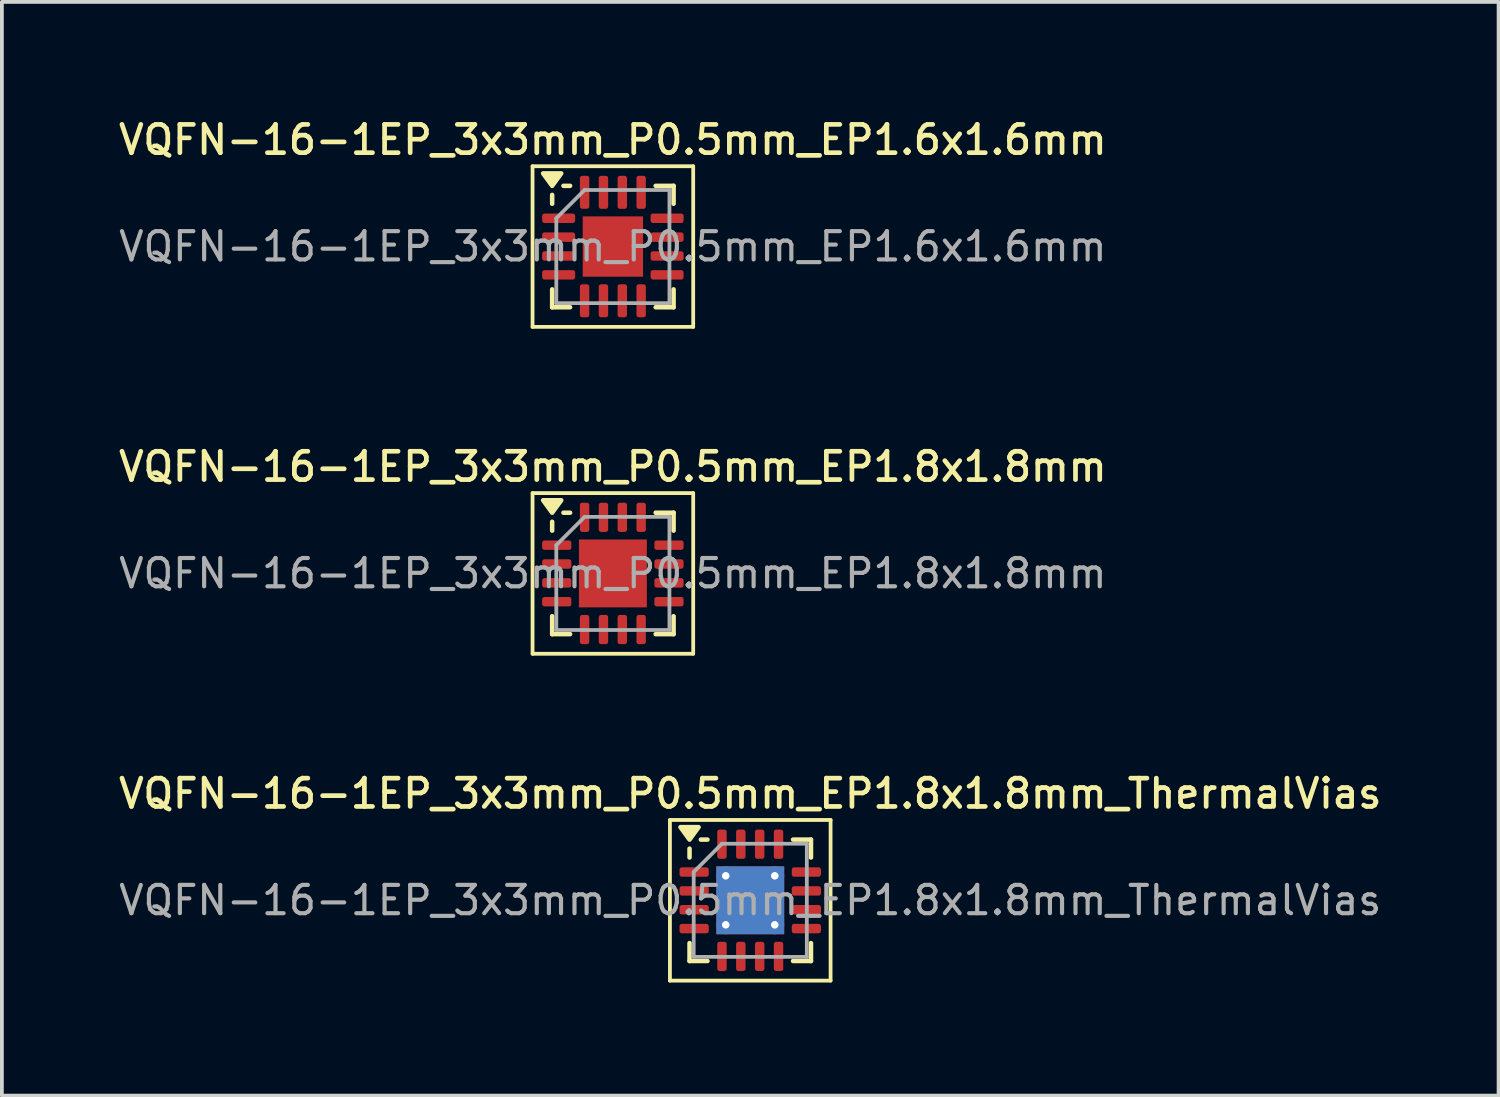
<source format=kicad_pcb>
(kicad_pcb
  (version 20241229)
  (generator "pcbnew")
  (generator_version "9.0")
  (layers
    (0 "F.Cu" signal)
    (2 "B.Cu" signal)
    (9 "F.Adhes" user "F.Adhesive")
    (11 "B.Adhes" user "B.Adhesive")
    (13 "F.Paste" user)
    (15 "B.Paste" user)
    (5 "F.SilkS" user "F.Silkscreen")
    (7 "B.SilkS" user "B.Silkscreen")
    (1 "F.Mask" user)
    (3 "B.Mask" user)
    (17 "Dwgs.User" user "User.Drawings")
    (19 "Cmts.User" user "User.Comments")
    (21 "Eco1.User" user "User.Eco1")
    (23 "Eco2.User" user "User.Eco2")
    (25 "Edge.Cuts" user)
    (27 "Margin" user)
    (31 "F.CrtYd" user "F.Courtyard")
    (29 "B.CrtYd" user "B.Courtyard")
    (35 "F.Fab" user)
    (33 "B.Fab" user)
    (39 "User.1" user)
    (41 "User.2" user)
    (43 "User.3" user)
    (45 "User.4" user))
  (footprint "VQFN-16-1EP_3x3mm_P0.5mm_EP1.8x1.8mm_ThermalVias"
    (layer "F.Cu")
    (at 16.845 20.824)
    (property "Reference" "VQFN-16-1EP_3x3mm_P0.5mm_EP1.8x1.8mm_ThermalVias" (at 0 -2.83 0) (layer "F.SilkS") (effects (font (size 0.75 0.75) (thickness 0.125))))
    (attr smd)
    (fp_line (start -2.13 -2.13) (end -2.13 2.13) (stroke (width 0.1) (type solid)) (layer "F.SilkS"))
    (fp_line (start -2.13 2.13) (end 2.13 2.13) (stroke (width 0.1) (type solid)) (layer "F.SilkS"))
    (fp_line (start -1.61 -1.135) (end -1.61 -1.37) (stroke (width 0.12) (type solid)) (layer "F.SilkS"))
    (fp_line (start -1.61 1.61) (end -1.61 1.135) (stroke (width 0.12) (type solid)) (layer "F.SilkS"))
    (fp_line (start -1.135 -1.61) (end -1.31 -1.61) (stroke (width 0.12) (type solid)) (layer "F.SilkS"))
    (fp_line (start -1.135 1.61) (end -1.61 1.61) (stroke (width 0.12) (type solid)) (layer "F.SilkS"))
    (fp_line (start 1.135 -1.61) (end 1.61 -1.61) (stroke (width 0.12) (type solid)) (layer "F.SilkS"))
    (fp_line (start 1.135 1.61) (end 1.61 1.61) (stroke (width 0.12) (type solid)) (layer "F.SilkS"))
    (fp_line (start 1.61 -1.61) (end 1.61 -1.135) (stroke (width 0.12) (type solid)) (layer "F.SilkS"))
    (fp_line (start 1.61 1.61) (end 1.61 1.135) (stroke (width 0.12) (type solid)) (layer "F.SilkS"))
    (fp_line (start 2.13 -2.13) (end -2.13 -2.13) (stroke (width 0.1) (type solid)) (layer "F.SilkS"))
    (fp_line (start 2.13 2.13) (end 2.13 -2.13) (stroke (width 0.1) (type solid)) (layer "F.SilkS"))
    (fp_poly (pts (xy -1.61 -1.61) (xy -1.85 -1.94) (xy -1.37 -1.94) (xy -1.61 -1.61)) (stroke (width 0.12) (type solid)) (fill yes) (layer "F.SilkS"))
    (fp_line (start -1.5 -0.75) (end -0.75 -1.5) (stroke (width 0.1) (type solid)) (layer "F.Fab"))
    (fp_line (start -1.5 1.5) (end -1.5 -0.75) (stroke (width 0.1) (type solid)) (layer "F.Fab"))
    (fp_line (start -0.75 -1.5) (end 1.5 -1.5) (stroke (width 0.1) (type solid)) (layer "F.Fab"))
    (fp_line (start 1.5 -1.5) (end 1.5 1.5) (stroke (width 0.1) (type solid)) (layer "F.Fab"))
    (fp_line (start 1.5 1.5) (end -1.5 1.5) (stroke (width 0.1) (type solid)) (layer "F.Fab"))
    (fp_text user "${REFERENCE}" (at 0 0 0) (layer "F.Fab") (effects (font (size 0.75 0.75) (thickness 0.11))))
    (pad "" smd roundrect (at -0.45 -0.45) (size 0.78 0.78) (layers "F.Paste") (roundrect_rratio 0.25))
    (pad "" smd roundrect (at -0.45 0.45) (size 0.78 0.78) (layers "F.Paste") (roundrect_rratio 0.25))
    (pad "" smd roundrect (at 0.45 -0.45) (size 0.78 0.78) (layers "F.Paste") (roundrect_rratio 0.25))
    (pad "" smd roundrect (at 0.45 0.45) (size 0.78 0.78) (layers "F.Paste") (roundrect_rratio 0.25))
    (pad "1" smd roundrect (at -1.488 -0.75) (size 0.775 0.25) (layers "F.Cu" "F.Mask" "F.Paste") (roundrect_rratio 0.25))
    (pad "2" smd roundrect (at -1.488 -0.25) (size 0.775 0.25) (layers "F.Cu" "F.Mask" "F.Paste") (roundrect_rratio 0.25))
    (pad "3" smd roundrect (at -1.488 0.25) (size 0.775 0.25) (layers "F.Cu" "F.Mask" "F.Paste") (roundrect_rratio 0.25))
    (pad "4" smd roundrect (at -1.488 0.75) (size 0.775 0.25) (layers "F.Cu" "F.Mask" "F.Paste") (roundrect_rratio 0.25))
    (pad "5" smd roundrect (at -0.75 1.488) (size 0.25 0.775) (layers "F.Cu" "F.Mask" "F.Paste") (roundrect_rratio 0.25))
    (pad "6" smd roundrect (at -0.25 1.488) (size 0.25 0.775) (layers "F.Cu" "F.Mask" "F.Paste") (roundrect_rratio 0.25))
    (pad "7" smd roundrect (at 0.25 1.488) (size 0.25 0.775) (layers "F.Cu" "F.Mask" "F.Paste") (roundrect_rratio 0.25))
    (pad "8" smd roundrect (at 0.75 1.488) (size 0.25 0.775) (layers "F.Cu" "F.Mask" "F.Paste") (roundrect_rratio 0.25))
    (pad "9" smd roundrect (at 1.488 0.75) (size 0.775 0.25) (layers "F.Cu" "F.Mask" "F.Paste") (roundrect_rratio 0.25))
    (pad "10" smd roundrect (at 1.488 0.25) (size 0.775 0.25) (layers "F.Cu" "F.Mask" "F.Paste") (roundrect_rratio 0.25))
    (pad "11" smd roundrect (at 1.488 -0.25) (size 0.775 0.25) (layers "F.Cu" "F.Mask" "F.Paste") (roundrect_rratio 0.25))
    (pad "12" smd roundrect (at 1.488 -0.75) (size 0.775 0.25) (layers "F.Cu" "F.Mask" "F.Paste") (roundrect_rratio 0.25))
    (pad "13" smd roundrect (at 0.75 -1.488) (size 0.25 0.775) (layers "F.Cu" "F.Mask" "F.Paste") (roundrect_rratio 0.25))
    (pad "14" smd roundrect (at 0.25 -1.488) (size 0.25 0.775) (layers "F.Cu" "F.Mask" "F.Paste") (roundrect_rratio 0.25))
    (pad "15" smd roundrect (at -0.25 -1.488) (size 0.25 0.775) (layers "F.Cu" "F.Mask" "F.Paste") (roundrect_rratio 0.25))
    (pad "16" smd roundrect (at -0.75 -1.488) (size 0.25 0.775) (layers "F.Cu" "F.Mask" "F.Paste") (roundrect_rratio 0.25))
    (pad "17" thru_hole circle (at -0.65 -0.65) (size 0.5 0.5) (drill 0.2) (property pad_prop_heatsink) (layers "*.Cu"))
    (pad "17" thru_hole circle (at -0.65 0.65) (size 0.5 0.5) (drill 0.2) (property pad_prop_heatsink) (layers "*.Cu"))
    (pad "17" smd rect (at 0 0) (size 1.8 1.8) (property pad_prop_heatsink) (layers "F.Cu" "F.Mask"))
    (pad "17" smd rect (at 0 0) (size 1.8 1.8) (property pad_prop_heatsink) (layers "B.Cu"))
    (pad "17" thru_hole circle (at 0.65 -0.65) (size 0.5 0.5) (drill 0.2) (property pad_prop_heatsink) (layers "*.Cu"))
    (pad "17" thru_hole circle (at 0.65 0.65) (size 0.5 0.5) (drill 0.2) (property pad_prop_heatsink) (layers "*.Cu")))
  (footprint "VQFN-16-1EP_3x3mm_P0.5mm_EP1.8x1.8mm"
    (layer "F.Cu")
    (at 13.202 12.156)
    (property "Reference" "VQFN-16-1EP_3x3mm_P0.5mm_EP1.8x1.8mm" (at 0 -2.83 0) (layer "F.SilkS") (effects (font (size 0.75 0.75) (thickness 0.125))))
    (attr smd)
    (fp_line (start -2.13 -2.13) (end -2.13 2.13) (stroke (width 0.1) (type solid)) (layer "F.SilkS"))
    (fp_line (start -2.13 2.13) (end 2.13 2.13) (stroke (width 0.1) (type solid)) (layer "F.SilkS"))
    (fp_line (start -1.61 -1.135) (end -1.61 -1.37) (stroke (width 0.12) (type solid)) (layer "F.SilkS"))
    (fp_line (start -1.61 1.61) (end -1.61 1.135) (stroke (width 0.12) (type solid)) (layer "F.SilkS"))
    (fp_line (start -1.135 -1.61) (end -1.31 -1.61) (stroke (width 0.12) (type solid)) (layer "F.SilkS"))
    (fp_line (start -1.135 1.61) (end -1.61 1.61) (stroke (width 0.12) (type solid)) (layer "F.SilkS"))
    (fp_line (start 1.135 -1.61) (end 1.61 -1.61) (stroke (width 0.12) (type solid)) (layer "F.SilkS"))
    (fp_line (start 1.135 1.61) (end 1.61 1.61) (stroke (width 0.12) (type solid)) (layer "F.SilkS"))
    (fp_line (start 1.61 -1.61) (end 1.61 -1.135) (stroke (width 0.12) (type solid)) (layer "F.SilkS"))
    (fp_line (start 1.61 1.61) (end 1.61 1.135) (stroke (width 0.12) (type solid)) (layer "F.SilkS"))
    (fp_line (start 2.13 -2.13) (end -2.13 -2.13) (stroke (width 0.1) (type solid)) (layer "F.SilkS"))
    (fp_line (start 2.13 2.13) (end 2.13 -2.13) (stroke (width 0.1) (type solid)) (layer "F.SilkS"))
    (fp_poly (pts (xy -1.61 -1.61) (xy -1.85 -1.94) (xy -1.37 -1.94) (xy -1.61 -1.61)) (stroke (width 0.12) (type solid)) (fill yes) (layer "F.SilkS"))
    (fp_line (start -1.5 -0.75) (end -0.75 -1.5) (stroke (width 0.1) (type solid)) (layer "F.Fab"))
    (fp_line (start -1.5 1.5) (end -1.5 -0.75) (stroke (width 0.1) (type solid)) (layer "F.Fab"))
    (fp_line (start -0.75 -1.5) (end 1.5 -1.5) (stroke (width 0.1) (type solid)) (layer "F.Fab"))
    (fp_line (start 1.5 -1.5) (end 1.5 1.5) (stroke (width 0.1) (type solid)) (layer "F.Fab"))
    (fp_line (start 1.5 1.5) (end -1.5 1.5) (stroke (width 0.1) (type solid)) (layer "F.Fab"))
    (fp_text user "${REFERENCE}" (at 0 0 0) (layer "F.Fab") (effects (font (size 0.75 0.75) (thickness 0.11))))
    (pad "" smd roundrect (at -0.45 -0.45) (size 0.73 0.73) (layers "F.Paste") (roundrect_rratio 0.25))
    (pad "" smd roundrect (at -0.45 0.45) (size 0.73 0.73) (layers "F.Paste") (roundrect_rratio 0.25))
    (pad "" smd roundrect (at 0.45 -0.45) (size 0.73 0.73) (layers "F.Paste") (roundrect_rratio 0.25))
    (pad "" smd roundrect (at 0.45 0.45) (size 0.73 0.73) (layers "F.Paste") (roundrect_rratio 0.25))
    (pad "1" smd roundrect (at -1.488 -0.75) (size 0.775 0.25) (layers "F.Cu" "F.Mask" "F.Paste") (roundrect_rratio 0.25))
    (pad "2" smd roundrect (at -1.488 -0.25) (size 0.775 0.25) (layers "F.Cu" "F.Mask" "F.Paste") (roundrect_rratio 0.25))
    (pad "3" smd roundrect (at -1.488 0.25) (size 0.775 0.25) (layers "F.Cu" "F.Mask" "F.Paste") (roundrect_rratio 0.25))
    (pad "4" smd roundrect (at -1.488 0.75) (size 0.775 0.25) (layers "F.Cu" "F.Mask" "F.Paste") (roundrect_rratio 0.25))
    (pad "5" smd roundrect (at -0.75 1.488) (size 0.25 0.775) (layers "F.Cu" "F.Mask" "F.Paste") (roundrect_rratio 0.25))
    (pad "6" smd roundrect (at -0.25 1.488) (size 0.25 0.775) (layers "F.Cu" "F.Mask" "F.Paste") (roundrect_rratio 0.25))
    (pad "7" smd roundrect (at 0.25 1.488) (size 0.25 0.775) (layers "F.Cu" "F.Mask" "F.Paste") (roundrect_rratio 0.25))
    (pad "8" smd roundrect (at 0.75 1.488) (size 0.25 0.775) (layers "F.Cu" "F.Mask" "F.Paste") (roundrect_rratio 0.25))
    (pad "9" smd roundrect (at 1.488 0.75) (size 0.775 0.25) (layers "F.Cu" "F.Mask" "F.Paste") (roundrect_rratio 0.25))
    (pad "10" smd roundrect (at 1.488 0.25) (size 0.775 0.25) (layers "F.Cu" "F.Mask" "F.Paste") (roundrect_rratio 0.25))
    (pad "11" smd roundrect (at 1.488 -0.25) (size 0.775 0.25) (layers "F.Cu" "F.Mask" "F.Paste") (roundrect_rratio 0.25))
    (pad "12" smd roundrect (at 1.488 -0.75) (size 0.775 0.25) (layers "F.Cu" "F.Mask" "F.Paste") (roundrect_rratio 0.25))
    (pad "13" smd roundrect (at 0.75 -1.488) (size 0.25 0.775) (layers "F.Cu" "F.Mask" "F.Paste") (roundrect_rratio 0.25))
    (pad "14" smd roundrect (at 0.25 -1.488) (size 0.25 0.775) (layers "F.Cu" "F.Mask" "F.Paste") (roundrect_rratio 0.25))
    (pad "15" smd roundrect (at -0.25 -1.488) (size 0.25 0.775) (layers "F.Cu" "F.Mask" "F.Paste") (roundrect_rratio 0.25))
    (pad "16" smd roundrect (at -0.75 -1.488) (size 0.25 0.775) (layers "F.Cu" "F.Mask" "F.Paste") (roundrect_rratio 0.25))
    (pad "17" smd rect (at 0 0) (size 1.8 1.8) (property pad_prop_heatsink) (layers "F.Cu" "F.Mask")))
  (footprint "VQFN-16-1EP_3x3mm_P0.5mm_EP1.6x1.6mm"
    (layer "F.Cu")
    (at 13.202 3.488)
    (property "Reference" "VQFN-16-1EP_3x3mm_P0.5mm_EP1.6x1.6mm" (at 0 -2.83 0) (layer "F.SilkS") (effects (font (size 0.75 0.75) (thickness 0.125))))
    (attr smd)
    (fp_line (start -2.13 -2.13) (end -2.13 2.13) (stroke (width 0.1) (type solid)) (layer "F.SilkS"))
    (fp_line (start -2.13 2.13) (end 2.13 2.13) (stroke (width 0.1) (type solid)) (layer "F.SilkS"))
    (fp_line (start -1.61 -1.135) (end -1.61 -1.37) (stroke (width 0.12) (type solid)) (layer "F.SilkS"))
    (fp_line (start -1.61 1.61) (end -1.61 1.135) (stroke (width 0.12) (type solid)) (layer "F.SilkS"))
    (fp_line (start -1.135 -1.61) (end -1.31 -1.61) (stroke (width 0.12) (type solid)) (layer "F.SilkS"))
    (fp_line (start -1.135 1.61) (end -1.61 1.61) (stroke (width 0.12) (type solid)) (layer "F.SilkS"))
    (fp_line (start 1.135 -1.61) (end 1.61 -1.61) (stroke (width 0.12) (type solid)) (layer "F.SilkS"))
    (fp_line (start 1.135 1.61) (end 1.61 1.61) (stroke (width 0.12) (type solid)) (layer "F.SilkS"))
    (fp_line (start 1.61 -1.61) (end 1.61 -1.135) (stroke (width 0.12) (type solid)) (layer "F.SilkS"))
    (fp_line (start 1.61 1.61) (end 1.61 1.135) (stroke (width 0.12) (type solid)) (layer "F.SilkS"))
    (fp_line (start 2.13 -2.13) (end -2.13 -2.13) (stroke (width 0.1) (type solid)) (layer "F.SilkS"))
    (fp_line (start 2.13 2.13) (end 2.13 -2.13) (stroke (width 0.1) (type solid)) (layer "F.SilkS"))
    (fp_poly (pts (xy -1.61 -1.61) (xy -1.85 -1.94) (xy -1.37 -1.94) (xy -1.61 -1.61)) (stroke (width 0.12) (type solid)) (fill yes) (layer "F.SilkS"))
    (fp_line (start -1.5 -0.75) (end -0.75 -1.5) (stroke (width 0.1) (type solid)) (layer "F.Fab"))
    (fp_line (start -1.5 1.5) (end -1.5 -0.75) (stroke (width 0.1) (type solid)) (layer "F.Fab"))
    (fp_line (start -0.75 -1.5) (end 1.5 -1.5) (stroke (width 0.1) (type solid)) (layer "F.Fab"))
    (fp_line (start 1.5 -1.5) (end 1.5 1.5) (stroke (width 0.1) (type solid)) (layer "F.Fab"))
    (fp_line (start 1.5 1.5) (end -1.5 1.5) (stroke (width 0.1) (type solid)) (layer "F.Fab"))
    (fp_text user "${REFERENCE}" (at 0 0 0) (layer "F.Fab") (effects (font (size 0.75 0.75) (thickness 0.11))))
    (pad "" smd roundrect (at -0.4 -0.4) (size 0.64 0.64) (layers "F.Paste") (roundrect_rratio 0.25))
    (pad "" smd roundrect (at -0.4 0.4) (size 0.64 0.64) (layers "F.Paste") (roundrect_rratio 0.25))
    (pad "" smd roundrect (at 0.4 -0.4) (size 0.64 0.64) (layers "F.Paste") (roundrect_rratio 0.25))
    (pad "" smd roundrect (at 0.4 0.4) (size 0.64 0.64) (layers "F.Paste") (roundrect_rratio 0.25))
    (pad "1" smd roundrect (at -1.438 -0.75) (size 0.875 0.25) (layers "F.Cu" "F.Mask" "F.Paste") (roundrect_rratio 0.25))
    (pad "2" smd roundrect (at -1.438 -0.25) (size 0.875 0.25) (layers "F.Cu" "F.Mask" "F.Paste") (roundrect_rratio 0.25))
    (pad "3" smd roundrect (at -1.438 0.25) (size 0.875 0.25) (layers "F.Cu" "F.Mask" "F.Paste") (roundrect_rratio 0.25))
    (pad "4" smd roundrect (at -1.438 0.75) (size 0.875 0.25) (layers "F.Cu" "F.Mask" "F.Paste") (roundrect_rratio 0.25))
    (pad "5" smd roundrect (at -0.75 1.438) (size 0.25 0.875) (layers "F.Cu" "F.Mask" "F.Paste") (roundrect_rratio 0.25))
    (pad "6" smd roundrect (at -0.25 1.438) (size 0.25 0.875) (layers "F.Cu" "F.Mask" "F.Paste") (roundrect_rratio 0.25))
    (pad "7" smd roundrect (at 0.25 1.438) (size 0.25 0.875) (layers "F.Cu" "F.Mask" "F.Paste") (roundrect_rratio 0.25))
    (pad "8" smd roundrect (at 0.75 1.438) (size 0.25 0.875) (layers "F.Cu" "F.Mask" "F.Paste") (roundrect_rratio 0.25))
    (pad "9" smd roundrect (at 1.438 0.75) (size 0.875 0.25) (layers "F.Cu" "F.Mask" "F.Paste") (roundrect_rratio 0.25))
    (pad "10" smd roundrect (at 1.438 0.25) (size 0.875 0.25) (layers "F.Cu" "F.Mask" "F.Paste") (roundrect_rratio 0.25))
    (pad "11" smd roundrect (at 1.438 -0.25) (size 0.875 0.25) (layers "F.Cu" "F.Mask" "F.Paste") (roundrect_rratio 0.25))
    (pad "12" smd roundrect (at 1.438 -0.75) (size 0.875 0.25) (layers "F.Cu" "F.Mask" "F.Paste") (roundrect_rratio 0.25))
    (pad "13" smd roundrect (at 0.75 -1.438) (size 0.25 0.875) (layers "F.Cu" "F.Mask" "F.Paste") (roundrect_rratio 0.25))
    (pad "14" smd roundrect (at 0.25 -1.438) (size 0.25 0.875) (layers "F.Cu" "F.Mask" "F.Paste") (roundrect_rratio 0.25))
    (pad "15" smd roundrect (at -0.25 -1.438) (size 0.25 0.875) (layers "F.Cu" "F.Mask" "F.Paste") (roundrect_rratio 0.25))
    (pad "16" smd roundrect (at -0.75 -1.438) (size 0.25 0.875) (layers "F.Cu" "F.Mask" "F.Paste") (roundrect_rratio 0.25))
    (pad "17" smd rect (at 0 0) (size 1.6 1.6) (property pad_prop_heatsink) (layers "F.Cu" "F.Mask")))
  (gr_rect
    (start -3 -3)
    (end 36.689 26.004)
    (stroke (width 0.1) (type default))
    (fill no)
    (layer "Edge.Cuts")))
</source>
